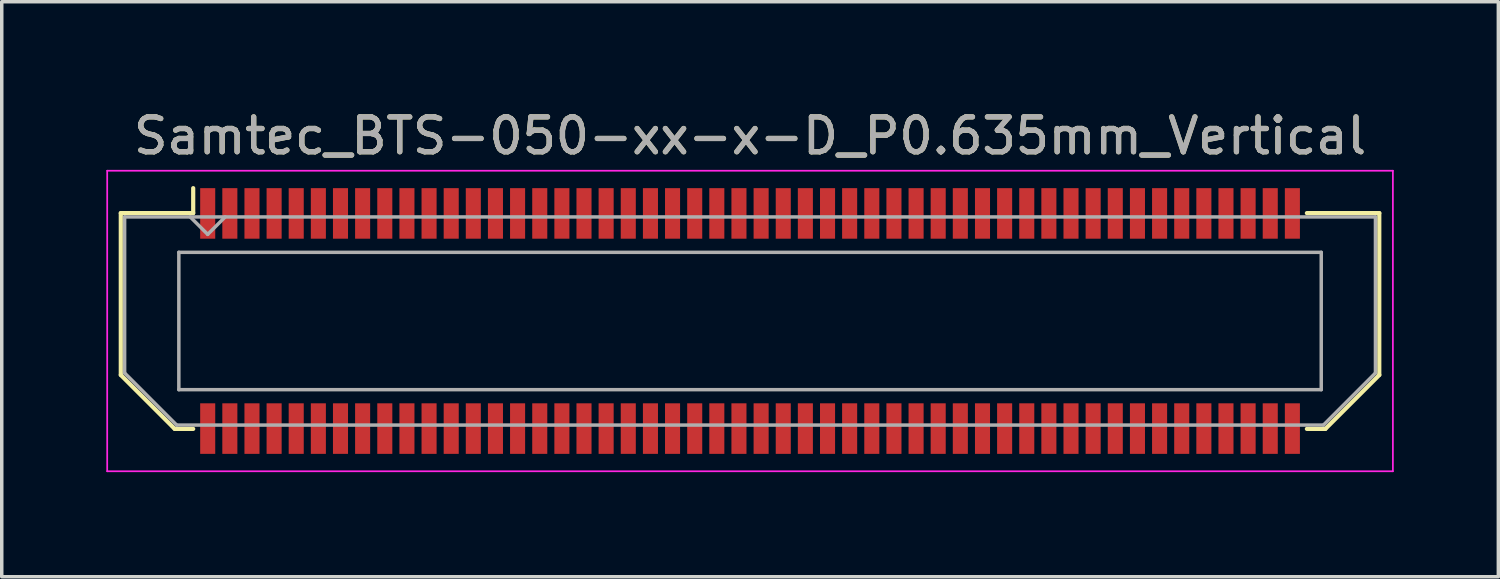
<source format=kicad_pcb>
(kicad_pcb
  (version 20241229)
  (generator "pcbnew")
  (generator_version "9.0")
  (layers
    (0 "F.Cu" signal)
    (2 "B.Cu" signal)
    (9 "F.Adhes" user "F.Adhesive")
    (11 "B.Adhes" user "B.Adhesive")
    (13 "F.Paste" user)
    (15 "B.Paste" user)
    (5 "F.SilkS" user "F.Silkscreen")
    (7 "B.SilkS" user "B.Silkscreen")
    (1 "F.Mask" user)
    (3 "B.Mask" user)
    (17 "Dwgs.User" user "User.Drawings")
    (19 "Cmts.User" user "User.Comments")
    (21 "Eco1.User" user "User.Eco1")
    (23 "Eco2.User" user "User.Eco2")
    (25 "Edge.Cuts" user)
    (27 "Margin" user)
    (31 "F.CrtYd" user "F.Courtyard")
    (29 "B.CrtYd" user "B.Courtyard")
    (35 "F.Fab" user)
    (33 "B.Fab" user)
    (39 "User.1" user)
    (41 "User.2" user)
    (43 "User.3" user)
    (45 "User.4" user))
  (footprint "Samtec_BTS-050-xx-x-D_P0.635mm_Vertical"
    (layer "F.Cu")
    (at 18.465 6.158)
    (property "Reference" "Samtec_BTS-050-xx-x-D_P0.635mm_Vertical" (at 0 -5.31 0) (layer "F.SilkS") (effects (font (size 1 1) (thickness 0.15))))
    (attr smd)
    (fp_line (start -18.05 -3.095) (end -18.05 1.548) (stroke (width 0.12) (type solid)) (layer "F.SilkS"))
    (fp_line (start -18.05 1.548) (end -16.503 3.095) (stroke (width 0.12) (type solid)) (layer "F.SilkS"))
    (fp_line (start -16.503 3.095) (end -15.973 3.095) (stroke (width 0.12) (type solid)) (layer "F.SilkS"))
    (fp_line (start -15.973 -3.811) (end -15.973 -3.095) (stroke (width 0.12) (type solid)) (layer "F.SilkS"))
    (fp_line (start -15.973 -3.095) (end -18.05 -3.095) (stroke (width 0.12) (type solid)) (layer "F.SilkS"))
    (fp_line (start 15.973 -3.095) (end 18.05 -3.095) (stroke (width 0.12) (type solid)) (layer "F.SilkS"))
    (fp_line (start 16.503 3.095) (end 15.973 3.095) (stroke (width 0.12) (type solid)) (layer "F.SilkS"))
    (fp_line (start 18.05 -3.095) (end 18.05 1.548) (stroke (width 0.12) (type solid)) (layer "F.SilkS"))
    (fp_line (start 18.05 1.548) (end 16.503 3.095) (stroke (width 0.12) (type solid)) (layer "F.SilkS"))
    (fp_line (start -18.44 -4.31) (end -18.44 4.31) (stroke (width 0.05) (type solid)) (layer "F.CrtYd"))
    (fp_line (start -18.44 4.31) (end 18.44 4.31) (stroke (width 0.05) (type solid)) (layer "F.CrtYd"))
    (fp_line (start 18.44 -4.31) (end -18.44 -4.31) (stroke (width 0.05) (type solid)) (layer "F.CrtYd"))
    (fp_line (start 18.44 4.31) (end 18.44 -4.31) (stroke (width 0.05) (type solid)) (layer "F.CrtYd"))
    (fp_line (start -17.94 -2.985) (end -17.94 1.492) (stroke (width 0.1) (type solid)) (layer "F.Fab"))
    (fp_line (start -17.94 -2.985) (end 17.94 -2.985) (stroke (width 0.1) (type solid)) (layer "F.Fab"))
    (fp_line (start -17.94 1.492) (end -16.448 2.985) (stroke (width 0.1) (type solid)) (layer "F.Fab"))
    (fp_line (start -16.448 2.985) (end 16.448 2.985) (stroke (width 0.1) (type solid)) (layer "F.Fab"))
    (fp_line (start -16.385 -1.97) (end -16.385 1.97) (stroke (width 0.1) (type solid)) (layer "F.Fab"))
    (fp_line (start -16.385 1.97) (end 16.385 1.97) (stroke (width 0.1) (type solid)) (layer "F.Fab"))
    (fp_line (start -15.557 -2.485) (end -16.058 -2.985) (stroke (width 0.1) (type solid)) (layer "F.Fab"))
    (fp_line (start -15.057 -2.985) (end -15.557 -2.485) (stroke (width 0.1) (type solid)) (layer "F.Fab"))
    (fp_line (start 16.385 -1.97) (end -16.385 -1.97) (stroke (width 0.1) (type solid)) (layer "F.Fab"))
    (fp_line (start 16.385 1.97) (end 16.385 -1.97) (stroke (width 0.1) (type solid)) (layer "F.Fab"))
    (fp_line (start 17.94 -2.985) (end 17.94 1.492) (stroke (width 0.1) (type solid)) (layer "F.Fab"))
    (fp_line (start 17.94 1.492) (end 16.448 2.985) (stroke (width 0.1) (type solid)) (layer "F.Fab"))
    (fp_text user "${REFERENCE}" (at 0 -5.31 0) (layer "F.Fab") (effects (font (size 1 1) (thickness 0.15))))
    (pad "1" smd rect (at -15.557 -3.086) (size 0.432 1.45) (layers "F.Cu" "F.Mask" "F.Paste"))
    (pad "2" smd rect (at -15.557 3.086) (size 0.432 1.45) (layers "F.Cu" "F.Mask" "F.Paste"))
    (pad "3" smd rect (at -14.922 -3.086) (size 0.432 1.45) (layers "F.Cu" "F.Mask" "F.Paste"))
    (pad "4" smd rect (at -14.922 3.086) (size 0.432 1.45) (layers "F.Cu" "F.Mask" "F.Paste"))
    (pad "5" smd rect (at -14.287 -3.086) (size 0.432 1.45) (layers "F.Cu" "F.Mask" "F.Paste"))
    (pad "6" smd rect (at -14.287 3.086) (size 0.432 1.45) (layers "F.Cu" "F.Mask" "F.Paste"))
    (pad "7" smd rect (at -13.652 -3.086) (size 0.432 1.45) (layers "F.Cu" "F.Mask" "F.Paste"))
    (pad "8" smd rect (at -13.652 3.086) (size 0.432 1.45) (layers "F.Cu" "F.Mask" "F.Paste"))
    (pad "9" smd rect (at -13.018 -3.086) (size 0.432 1.45) (layers "F.Cu" "F.Mask" "F.Paste"))
    (pad "10" smd rect (at -13.018 3.086) (size 0.432 1.45) (layers "F.Cu" "F.Mask" "F.Paste"))
    (pad "11" smd rect (at -12.383 -3.086) (size 0.432 1.45) (layers "F.Cu" "F.Mask" "F.Paste"))
    (pad "12" smd rect (at -12.383 3.086) (size 0.432 1.45) (layers "F.Cu" "F.Mask" "F.Paste"))
    (pad "13" smd rect (at -11.748 -3.086) (size 0.432 1.45) (layers "F.Cu" "F.Mask" "F.Paste"))
    (pad "14" smd rect (at -11.748 3.086) (size 0.432 1.45) (layers "F.Cu" "F.Mask" "F.Paste"))
    (pad "15" smd rect (at -11.113 -3.086) (size 0.432 1.45) (layers "F.Cu" "F.Mask" "F.Paste"))
    (pad "16" smd rect (at -11.113 3.086) (size 0.432 1.45) (layers "F.Cu" "F.Mask" "F.Paste"))
    (pad "17" smd rect (at -10.477 -3.086) (size 0.432 1.45) (layers "F.Cu" "F.Mask" "F.Paste"))
    (pad "18" smd rect (at -10.477 3.086) (size 0.432 1.45) (layers "F.Cu" "F.Mask" "F.Paste"))
    (pad "19" smd rect (at -9.842 -3.086) (size 0.432 1.45) (layers "F.Cu" "F.Mask" "F.Paste"))
    (pad "20" smd rect (at -9.842 3.086) (size 0.432 1.45) (layers "F.Cu" "F.Mask" "F.Paste"))
    (pad "21" smd rect (at -9.207 -3.086) (size 0.432 1.45) (layers "F.Cu" "F.Mask" "F.Paste"))
    (pad "22" smd rect (at -9.207 3.086) (size 0.432 1.45) (layers "F.Cu" "F.Mask" "F.Paste"))
    (pad "23" smd rect (at -8.572 -3.086) (size 0.432 1.45) (layers "F.Cu" "F.Mask" "F.Paste"))
    (pad "24" smd rect (at -8.572 3.086) (size 0.432 1.45) (layers "F.Cu" "F.Mask" "F.Paste"))
    (pad "25" smd rect (at -7.938 -3.086) (size 0.432 1.45) (layers "F.Cu" "F.Mask" "F.Paste"))
    (pad "26" smd rect (at -7.938 3.086) (size 0.432 1.45) (layers "F.Cu" "F.Mask" "F.Paste"))
    (pad "27" smd rect (at -7.303 -3.086) (size 0.432 1.45) (layers "F.Cu" "F.Mask" "F.Paste"))
    (pad "28" smd rect (at -7.303 3.086) (size 0.432 1.45) (layers "F.Cu" "F.Mask" "F.Paste"))
    (pad "29" smd rect (at -6.668 -3.086) (size 0.432 1.45) (layers "F.Cu" "F.Mask" "F.Paste"))
    (pad "30" smd rect (at -6.668 3.086) (size 0.432 1.45) (layers "F.Cu" "F.Mask" "F.Paste"))
    (pad "31" smd rect (at -6.032 -3.086) (size 0.432 1.45) (layers "F.Cu" "F.Mask" "F.Paste"))
    (pad "32" smd rect (at -6.032 3.086) (size 0.432 1.45) (layers "F.Cu" "F.Mask" "F.Paste"))
    (pad "33" smd rect (at -5.397 -3.086) (size 0.432 1.45) (layers "F.Cu" "F.Mask" "F.Paste"))
    (pad "34" smd rect (at -5.397 3.086) (size 0.432 1.45) (layers "F.Cu" "F.Mask" "F.Paste"))
    (pad "35" smd rect (at -4.763 -3.086) (size 0.432 1.45) (layers "F.Cu" "F.Mask" "F.Paste"))
    (pad "36" smd rect (at -4.763 3.086) (size 0.432 1.45) (layers "F.Cu" "F.Mask" "F.Paste"))
    (pad "37" smd rect (at -4.128 -3.086) (size 0.432 1.45) (layers "F.Cu" "F.Mask" "F.Paste"))
    (pad "38" smd rect (at -4.128 3.086) (size 0.432 1.45) (layers "F.Cu" "F.Mask" "F.Paste"))
    (pad "39" smd rect (at -3.493 -3.086) (size 0.432 1.45) (layers "F.Cu" "F.Mask" "F.Paste"))
    (pad "40" smd rect (at -3.493 3.086) (size 0.432 1.45) (layers "F.Cu" "F.Mask" "F.Paste"))
    (pad "41" smd rect (at -2.857 -3.086) (size 0.432 1.45) (layers "F.Cu" "F.Mask" "F.Paste"))
    (pad "42" smd rect (at -2.857 3.086) (size 0.432 1.45) (layers "F.Cu" "F.Mask" "F.Paste"))
    (pad "43" smd rect (at -2.223 -3.086) (size 0.432 1.45) (layers "F.Cu" "F.Mask" "F.Paste"))
    (pad "44" smd rect (at -2.223 3.086) (size 0.432 1.45) (layers "F.Cu" "F.Mask" "F.Paste"))
    (pad "45" smd rect (at -1.587 -3.086) (size 0.432 1.45) (layers "F.Cu" "F.Mask" "F.Paste"))
    (pad "46" smd rect (at -1.587 3.086) (size 0.432 1.45) (layers "F.Cu" "F.Mask" "F.Paste"))
    (pad "47" smd rect (at -0.953 -3.086) (size 0.432 1.45) (layers "F.Cu" "F.Mask" "F.Paste"))
    (pad "48" smd rect (at -0.953 3.086) (size 0.432 1.45) (layers "F.Cu" "F.Mask" "F.Paste"))
    (pad "49" smd rect (at -0.318 -3.086) (size 0.432 1.45) (layers "F.Cu" "F.Mask" "F.Paste"))
    (pad "50" smd rect (at -0.318 3.086) (size 0.432 1.45) (layers "F.Cu" "F.Mask" "F.Paste"))
    (pad "51" smd rect (at 0.318 -3.086) (size 0.432 1.45) (layers "F.Cu" "F.Mask" "F.Paste"))
    (pad "52" smd rect (at 0.318 3.086) (size 0.432 1.45) (layers "F.Cu" "F.Mask" "F.Paste"))
    (pad "53" smd rect (at 0.953 -3.086) (size 0.432 1.45) (layers "F.Cu" "F.Mask" "F.Paste"))
    (pad "54" smd rect (at 0.953 3.086) (size 0.432 1.45) (layers "F.Cu" "F.Mask" "F.Paste"))
    (pad "55" smd rect (at 1.587 -3.086) (size 0.432 1.45) (layers "F.Cu" "F.Mask" "F.Paste"))
    (pad "56" smd rect (at 1.587 3.086) (size 0.432 1.45) (layers "F.Cu" "F.Mask" "F.Paste"))
    (pad "57" smd rect (at 2.223 -3.086) (size 0.432 1.45) (layers "F.Cu" "F.Mask" "F.Paste"))
    (pad "58" smd rect (at 2.223 3.086) (size 0.432 1.45) (layers "F.Cu" "F.Mask" "F.Paste"))
    (pad "59" smd rect (at 2.857 -3.086) (size 0.432 1.45) (layers "F.Cu" "F.Mask" "F.Paste"))
    (pad "60" smd rect (at 2.857 3.086) (size 0.432 1.45) (layers "F.Cu" "F.Mask" "F.Paste"))
    (pad "61" smd rect (at 3.493 -3.086) (size 0.432 1.45) (layers "F.Cu" "F.Mask" "F.Paste"))
    (pad "62" smd rect (at 3.493 3.086) (size 0.432 1.45) (layers "F.Cu" "F.Mask" "F.Paste"))
    (pad "63" smd rect (at 4.128 -3.086) (size 0.432 1.45) (layers "F.Cu" "F.Mask" "F.Paste"))
    (pad "64" smd rect (at 4.128 3.086) (size 0.432 1.45) (layers "F.Cu" "F.Mask" "F.Paste"))
    (pad "65" smd rect (at 4.763 -3.086) (size 0.432 1.45) (layers "F.Cu" "F.Mask" "F.Paste"))
    (pad "66" smd rect (at 4.763 3.086) (size 0.432 1.45) (layers "F.Cu" "F.Mask" "F.Paste"))
    (pad "67" smd rect (at 5.397 -3.086) (size 0.432 1.45) (layers "F.Cu" "F.Mask" "F.Paste"))
    (pad "68" smd rect (at 5.397 3.086) (size 0.432 1.45) (layers "F.Cu" "F.Mask" "F.Paste"))
    (pad "69" smd rect (at 6.032 -3.086) (size 0.432 1.45) (layers "F.Cu" "F.Mask" "F.Paste"))
    (pad "70" smd rect (at 6.032 3.086) (size 0.432 1.45) (layers "F.Cu" "F.Mask" "F.Paste"))
    (pad "71" smd rect (at 6.668 -3.086) (size 0.432 1.45) (layers "F.Cu" "F.Mask" "F.Paste"))
    (pad "72" smd rect (at 6.668 3.086) (size 0.432 1.45) (layers "F.Cu" "F.Mask" "F.Paste"))
    (pad "73" smd rect (at 7.303 -3.086) (size 0.432 1.45) (layers "F.Cu" "F.Mask" "F.Paste"))
    (pad "74" smd rect (at 7.303 3.086) (size 0.432 1.45) (layers "F.Cu" "F.Mask" "F.Paste"))
    (pad "75" smd rect (at 7.938 -3.086) (size 0.432 1.45) (layers "F.Cu" "F.Mask" "F.Paste"))
    (pad "76" smd rect (at 7.938 3.086) (size 0.432 1.45) (layers "F.Cu" "F.Mask" "F.Paste"))
    (pad "77" smd rect (at 8.572 -3.086) (size 0.432 1.45) (layers "F.Cu" "F.Mask" "F.Paste"))
    (pad "78" smd rect (at 8.572 3.086) (size 0.432 1.45) (layers "F.Cu" "F.Mask" "F.Paste"))
    (pad "79" smd rect (at 9.207 -3.086) (size 0.432 1.45) (layers "F.Cu" "F.Mask" "F.Paste"))
    (pad "80" smd rect (at 9.207 3.086) (size 0.432 1.45) (layers "F.Cu" "F.Mask" "F.Paste"))
    (pad "81" smd rect (at 9.842 -3.086) (size 0.432 1.45) (layers "F.Cu" "F.Mask" "F.Paste"))
    (pad "82" smd rect (at 9.842 3.086) (size 0.432 1.45) (layers "F.Cu" "F.Mask" "F.Paste"))
    (pad "83" smd rect (at 10.477 -3.086) (size 0.432 1.45) (layers "F.Cu" "F.Mask" "F.Paste"))
    (pad "84" smd rect (at 10.477 3.086) (size 0.432 1.45) (layers "F.Cu" "F.Mask" "F.Paste"))
    (pad "85" smd rect (at 11.113 -3.086) (size 0.432 1.45) (layers "F.Cu" "F.Mask" "F.Paste"))
    (pad "86" smd rect (at 11.113 3.086) (size 0.432 1.45) (layers "F.Cu" "F.Mask" "F.Paste"))
    (pad "87" smd rect (at 11.748 -3.086) (size 0.432 1.45) (layers "F.Cu" "F.Mask" "F.Paste"))
    (pad "88" smd rect (at 11.748 3.086) (size 0.432 1.45) (layers "F.Cu" "F.Mask" "F.Paste"))
    (pad "89" smd rect (at 12.383 -3.086) (size 0.432 1.45) (layers "F.Cu" "F.Mask" "F.Paste"))
    (pad "90" smd rect (at 12.383 3.086) (size 0.432 1.45) (layers "F.Cu" "F.Mask" "F.Paste"))
    (pad "91" smd rect (at 13.018 -3.086) (size 0.432 1.45) (layers "F.Cu" "F.Mask" "F.Paste"))
    (pad "92" smd rect (at 13.018 3.086) (size 0.432 1.45) (layers "F.Cu" "F.Mask" "F.Paste"))
    (pad "93" smd rect (at 13.652 -3.086) (size 0.432 1.45) (layers "F.Cu" "F.Mask" "F.Paste"))
    (pad "94" smd rect (at 13.652 3.086) (size 0.432 1.45) (layers "F.Cu" "F.Mask" "F.Paste"))
    (pad "95" smd rect (at 14.287 -3.086) (size 0.432 1.45) (layers "F.Cu" "F.Mask" "F.Paste"))
    (pad "96" smd rect (at 14.287 3.086) (size 0.432 1.45) (layers "F.Cu" "F.Mask" "F.Paste"))
    (pad "97" smd rect (at 14.922 -3.086) (size 0.432 1.45) (layers "F.Cu" "F.Mask" "F.Paste"))
    (pad "98" smd rect (at 14.922 3.086) (size 0.432 1.45) (layers "F.Cu" "F.Mask" "F.Paste"))
    (pad "99" smd rect (at 15.557 -3.086) (size 0.432 1.45) (layers "F.Cu" "F.Mask" "F.Paste"))
    (pad "100" smd rect (at 15.557 3.086) (size 0.432 1.45) (layers "F.Cu" "F.Mask" "F.Paste")))
  (gr_rect
    (start -3 -3)
    (end 39.93 13.493)
    (stroke (width 0.1) (type default))
    (fill no)
    (layer "Edge.Cuts")))
</source>
